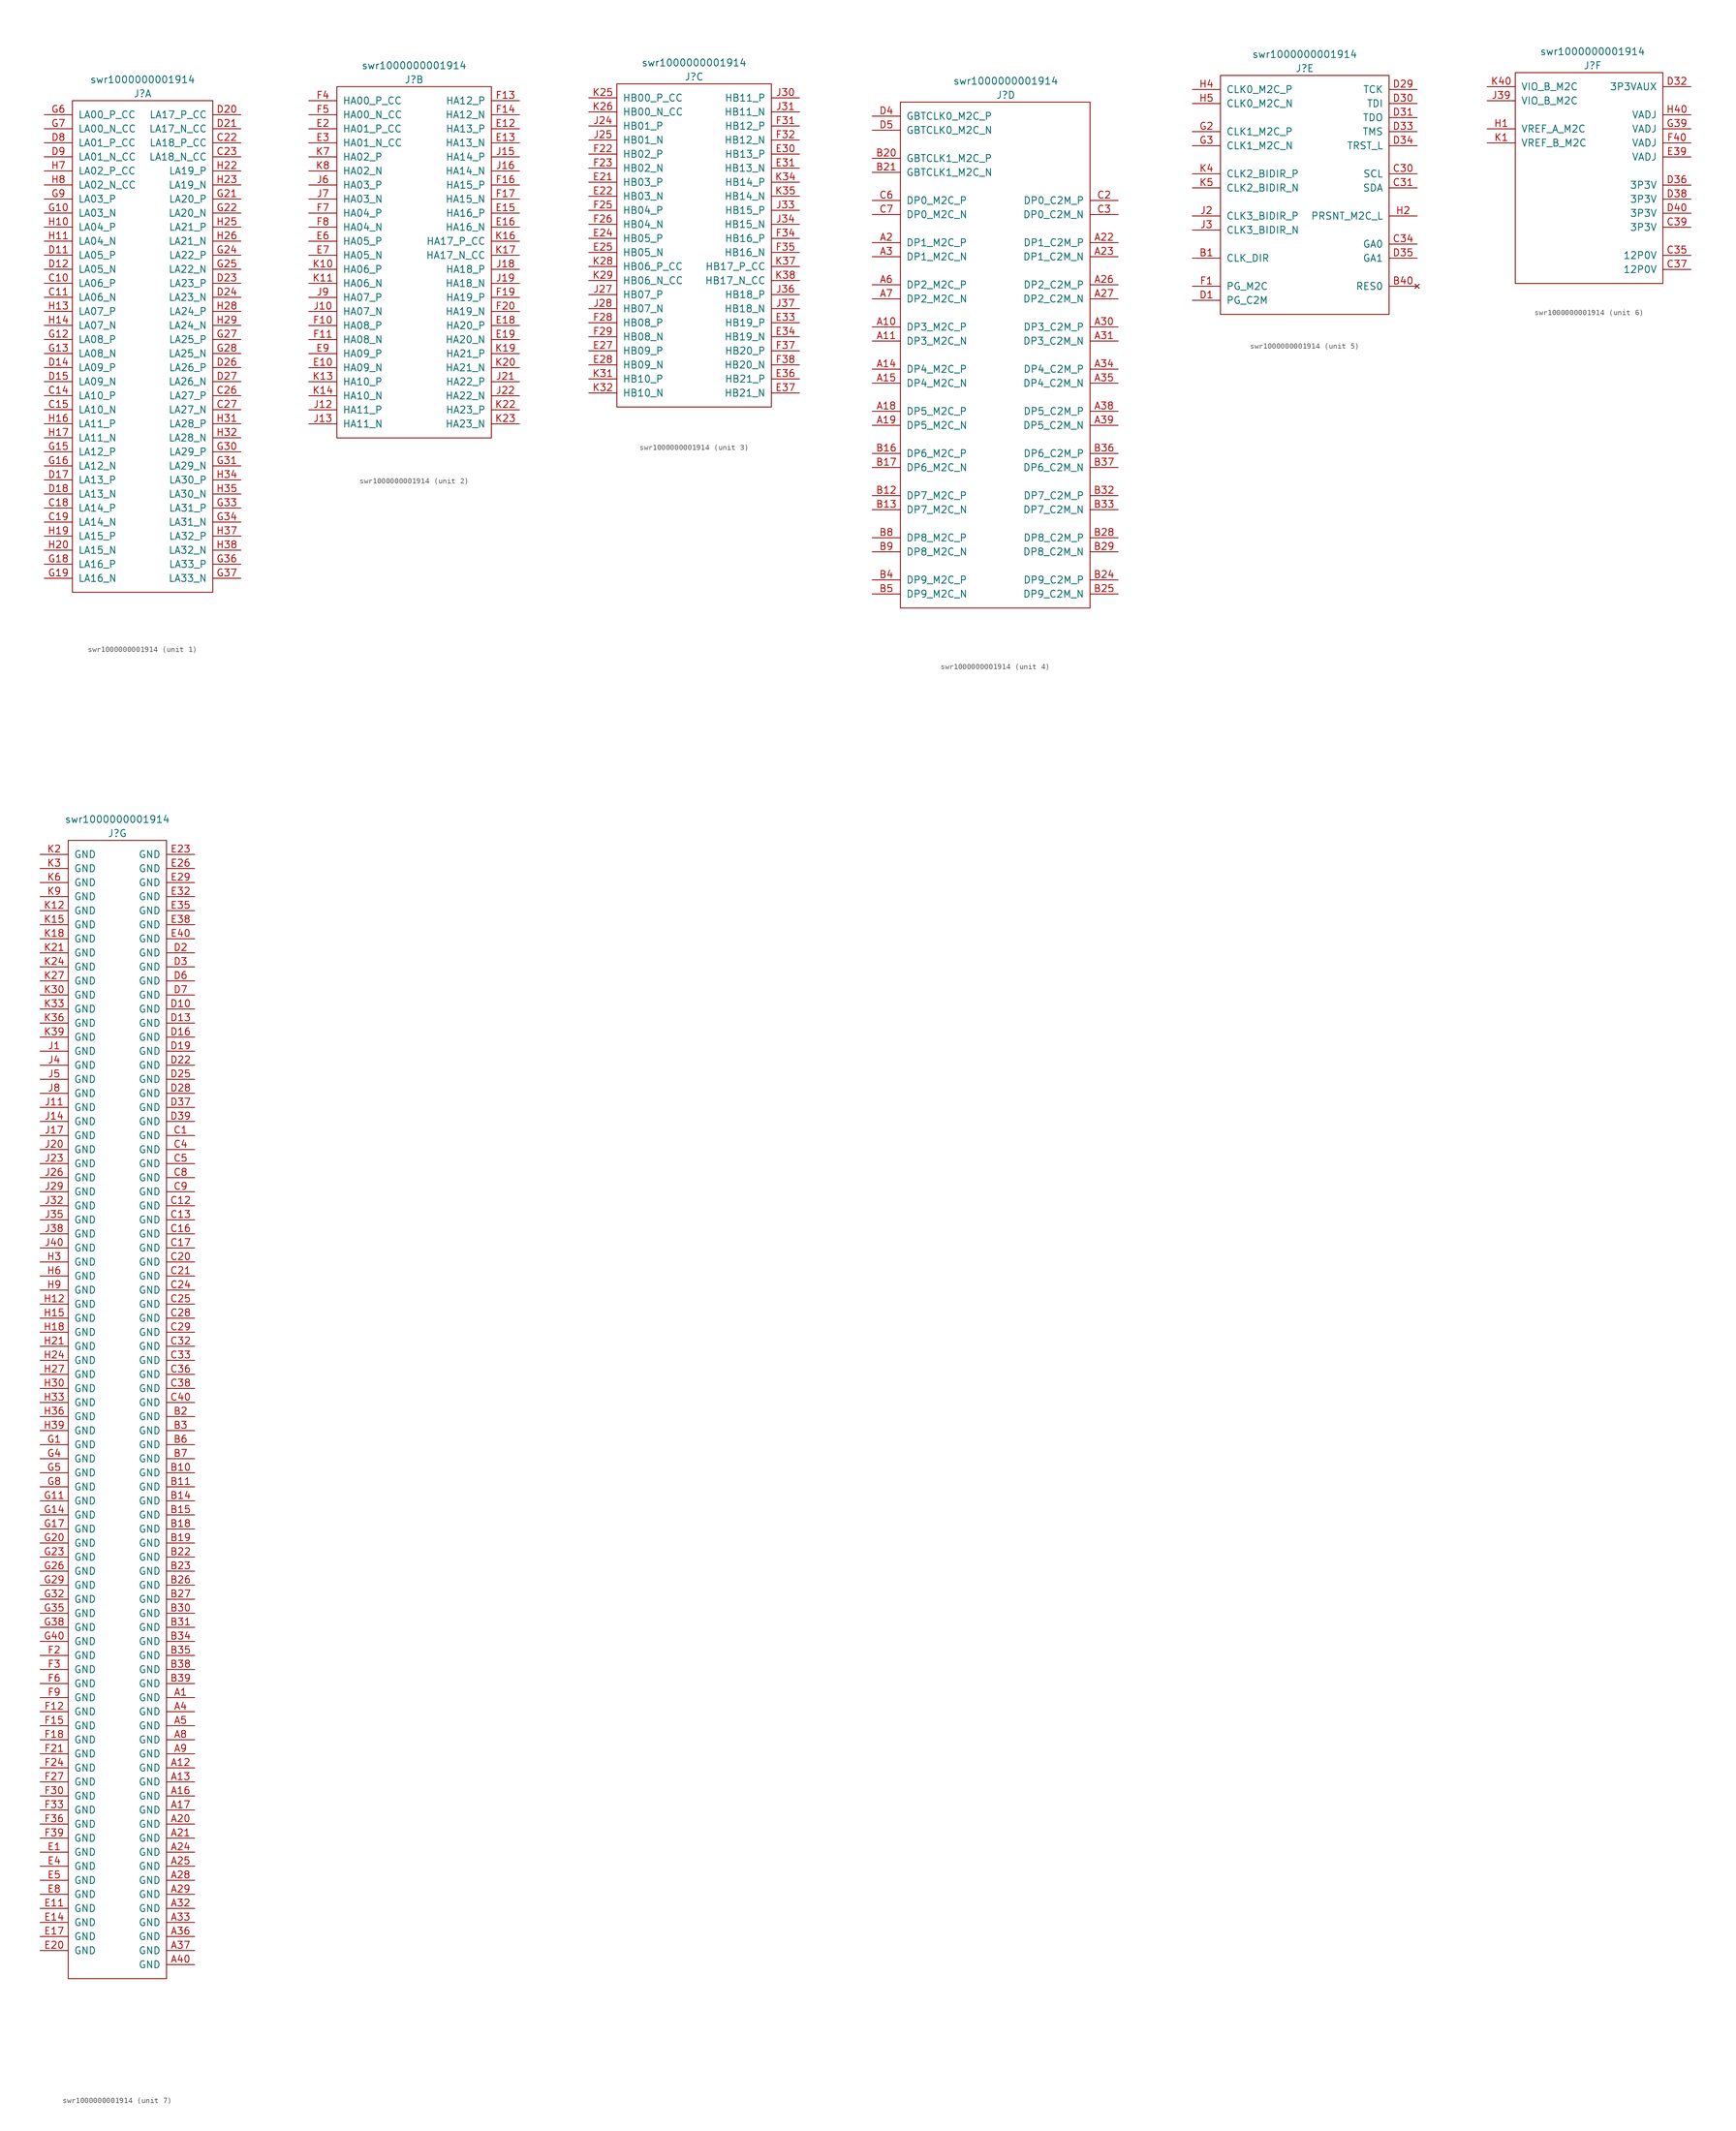
<source format=kicad_sym>
(kicad_symbol_lib
  (version 20220914)
  (generator kicad_symbol_editor)
  (symbol "swr1000000001914"
    (pin_names
      (offset 1.016))
    (property "Reference" "J"
      (at 0 1.27 0)
      (effects (font (size 1.27 1.27))))
    (property "Value" "swr1000000001914"
      (at 0 3.81 0)
      (effects (font (size 1.27 1.27))))
    (property "ki_locked" ""
      (at 0 0 0)
      (effects (font (size 1.27 1.27))))
    (symbol "swr1000000001914_1_0"
      (pin bidirectional line (at -17.78 -33.02 0) (length 5.08) (name "LA06_P" (effects (font (size 1.27 1.27)))) (number "C10" (effects (font (size 1.27 1.27)))))
      (pin bidirectional line (at -17.78 -35.56 0) (length 5.08) (name "LA06_N" (effects (font (size 1.27 1.27)))) (number "C11" (effects (font (size 1.27 1.27)))))
      (pin bidirectional line (at -17.78 -53.34 0) (length 5.08) (name "LA10_P" (effects (font (size 1.27 1.27)))) (number "C14" (effects (font (size 1.27 1.27)))))
      (pin bidirectional line (at -17.78 -55.88 0) (length 5.08) (name "LA10_N" (effects (font (size 1.27 1.27)))) (number "C15" (effects (font (size 1.27 1.27)))))
      (pin bidirectional line (at -17.78 -73.66 0) (length 5.08) (name "LA14_P" (effects (font (size 1.27 1.27)))) (number "C18" (effects (font (size 1.27 1.27)))))
      (pin bidirectional line (at -17.78 -76.2 0) (length 5.08) (name "LA14_N" (effects (font (size 1.27 1.27)))) (number "C19" (effects (font (size 1.27 1.27)))))
      (pin bidirectional line (at 17.78 -7.62 180) (length 5.08) (name "LA18_P_CC" (effects (font (size 1.27 1.27)))) (number "C22" (effects (font (size 1.27 1.27)))))
      (pin bidirectional line (at 17.78 -10.16 180) (length 5.08) (name "LA18_N_CC" (effects (font (size 1.27 1.27)))) (number "C23" (effects (font (size 1.27 1.27)))))
      (pin bidirectional line (at 17.78 -53.34 180) (length 5.08) (name "LA27_P" (effects (font (size 1.27 1.27)))) (number "C26" (effects (font (size 1.27 1.27)))))
      (pin bidirectional line (at 17.78 -55.88 180) (length 5.08) (name "LA27_N" (effects (font (size 1.27 1.27)))) (number "C27" (effects (font (size 1.27 1.27)))))
      (pin bidirectional line (at -17.78 -27.94 0) (length 5.08) (name "LA05_P" (effects (font (size 1.27 1.27)))) (number "D11" (effects (font (size 1.27 1.27)))))
      (pin bidirectional line (at -17.78 -30.48 0) (length 5.08) (name "LA05_N" (effects (font (size 1.27 1.27)))) (number "D12" (effects (font (size 1.27 1.27)))))
      (pin bidirectional line (at -17.78 -48.26 0) (length 5.08) (name "LA09_P" (effects (font (size 1.27 1.27)))) (number "D14" (effects (font (size 1.27 1.27)))))
      (pin bidirectional line (at -17.78 -50.8 0) (length 5.08) (name "LA09_N" (effects (font (size 1.27 1.27)))) (number "D15" (effects (font (size 1.27 1.27)))))
      (pin bidirectional line (at -17.78 -68.58 0) (length 5.08) (name "LA13_P" (effects (font (size 1.27 1.27)))) (number "D17" (effects (font (size 1.27 1.27)))))
      (pin bidirectional line (at -17.78 -71.12 0) (length 5.08) (name "LA13_N" (effects (font (size 1.27 1.27)))) (number "D18" (effects (font (size 1.27 1.27)))))
      (pin bidirectional line (at 17.78 -2.54 180) (length 5.08) (name "LA17_P_CC" (effects (font (size 1.27 1.27)))) (number "D20" (effects (font (size 1.27 1.27)))))
      (pin bidirectional line (at 17.78 -5.08 180) (length 5.08) (name "LA17_N_CC" (effects (font (size 1.27 1.27)))) (number "D21" (effects (font (size 1.27 1.27)))))
      (pin bidirectional line (at 17.78 -33.02 180) (length 5.08) (name "LA23_P" (effects (font (size 1.27 1.27)))) (number "D23" (effects (font (size 1.27 1.27)))))
      (pin bidirectional line (at 17.78 -35.56 180) (length 5.08) (name "LA23_N" (effects (font (size 1.27 1.27)))) (number "D24" (effects (font (size 1.27 1.27)))))
      (pin bidirectional line (at 17.78 -48.26 180) (length 5.08) (name "LA26_P" (effects (font (size 1.27 1.27)))) (number "D26" (effects (font (size 1.27 1.27)))))
      (pin bidirectional line (at 17.78 -50.8 180) (length 5.08) (name "LA26_N" (effects (font (size 1.27 1.27)))) (number "D27" (effects (font (size 1.27 1.27)))))
      (pin bidirectional line (at -17.78 -7.62 0) (length 5.08) (name "LA01_P_CC" (effects (font (size 1.27 1.27)))) (number "D8" (effects (font (size 1.27 1.27)))))
      (pin bidirectional line (at -17.78 -10.16 0) (length 5.08) (name "LA01_N_CC" (effects (font (size 1.27 1.27)))) (number "D9" (effects (font (size 1.27 1.27)))))
      (pin bidirectional line (at -17.78 -20.32 0) (length 5.08) (name "LA03_N" (effects (font (size 1.27 1.27)))) (number "G10" (effects (font (size 1.27 1.27)))))
      (pin bidirectional line (at -17.78 -43.18 0) (length 5.08) (name "LA08_P" (effects (font (size 1.27 1.27)))) (number "G12" (effects (font (size 1.27 1.27)))))
      (pin bidirectional line (at -17.78 -45.72 0) (length 5.08) (name "LA08_N" (effects (font (size 1.27 1.27)))) (number "G13" (effects (font (size 1.27 1.27)))))
      (pin bidirectional line (at -17.78 -63.5 0) (length 5.08) (name "LA12_P" (effects (font (size 1.27 1.27)))) (number "G15" (effects (font (size 1.27 1.27)))))
      (pin bidirectional line (at -17.78 -66.04 0) (length 5.08) (name "LA12_N" (effects (font (size 1.27 1.27)))) (number "G16" (effects (font (size 1.27 1.27)))))
      (pin bidirectional line (at -17.78 -83.82 0) (length 5.08) (name "LA16_P" (effects (font (size 1.27 1.27)))) (number "G18" (effects (font (size 1.27 1.27)))))
      (pin bidirectional line (at -17.78 -86.36 0) (length 5.08) (name "LA16_N" (effects (font (size 1.27 1.27)))) (number "G19" (effects (font (size 1.27 1.27)))))
      (pin bidirectional line (at 17.78 -17.78 180) (length 5.08) (name "LA20_P" (effects (font (size 1.27 1.27)))) (number "G21" (effects (font (size 1.27 1.27)))))
      (pin bidirectional line (at 17.78 -20.32 180) (length 5.08) (name "LA20_N" (effects (font (size 1.27 1.27)))) (number "G22" (effects (font (size 1.27 1.27)))))
      (pin bidirectional line (at 17.78 -27.94 180) (length 5.08) (name "LA22_P" (effects (font (size 1.27 1.27)))) (number "G24" (effects (font (size 1.27 1.27)))))
      (pin bidirectional line (at 17.78 -30.48 180) (length 5.08) (name "LA22_N" (effects (font (size 1.27 1.27)))) (number "G25" (effects (font (size 1.27 1.27)))))
      (pin bidirectional line (at 17.78 -43.18 180) (length 5.08) (name "LA25_P" (effects (font (size 1.27 1.27)))) (number "G27" (effects (font (size 1.27 1.27)))))
      (pin bidirectional line (at 17.78 -45.72 180) (length 5.08) (name "LA25_N" (effects (font (size 1.27 1.27)))) (number "G28" (effects (font (size 1.27 1.27)))))
      (pin bidirectional line (at 17.78 -63.5 180) (length 5.08) (name "LA29_P" (effects (font (size 1.27 1.27)))) (number "G30" (effects (font (size 1.27 1.27)))))
      (pin bidirectional line (at 17.78 -66.04 180) (length 5.08) (name "LA29_N" (effects (font (size 1.27 1.27)))) (number "G31" (effects (font (size 1.27 1.27)))))
      (pin bidirectional line (at 17.78 -73.66 180) (length 5.08) (name "LA31_P" (effects (font (size 1.27 1.27)))) (number "G33" (effects (font (size 1.27 1.27)))))
      (pin bidirectional line (at 17.78 -76.2 180) (length 5.08) (name "LA31_N" (effects (font (size 1.27 1.27)))) (number "G34" (effects (font (size 1.27 1.27)))))
      (pin bidirectional line (at 17.78 -83.82 180) (length 5.08) (name "LA33_P" (effects (font (size 1.27 1.27)))) (number "G36" (effects (font (size 1.27 1.27)))))
      (pin bidirectional line (at 17.78 -86.36 180) (length 5.08) (name "LA33_N" (effects (font (size 1.27 1.27)))) (number "G37" (effects (font (size 1.27 1.27)))))
      (pin bidirectional line (at -17.78 -2.54 0) (length 5.08) (name "LA00_P_CC" (effects (font (size 1.27 1.27)))) (number "G6" (effects (font (size 1.27 1.27)))))
      (pin bidirectional line (at -17.78 -5.08 0) (length 5.08) (name "LA00_N_CC" (effects (font (size 1.27 1.27)))) (number "G7" (effects (font (size 1.27 1.27)))))
      (pin bidirectional line (at -17.78 -17.78 0) (length 5.08) (name "LA03_P" (effects (font (size 1.27 1.27)))) (number "G9" (effects (font (size 1.27 1.27)))))
      (pin bidirectional line (at -17.78 -22.86 0) (length 5.08) (name "LA04_P" (effects (font (size 1.27 1.27)))) (number "H10" (effects (font (size 1.27 1.27)))))
      (pin bidirectional line (at -17.78 -25.4 0) (length 5.08) (name "LA04_N" (effects (font (size 1.27 1.27)))) (number "H11" (effects (font (size 1.27 1.27)))))
      (pin bidirectional line (at -17.78 -38.1 0) (length 5.08) (name "LA07_P" (effects (font (size 1.27 1.27)))) (number "H13" (effects (font (size 1.27 1.27)))))
      (pin bidirectional line (at -17.78 -40.64 0) (length 5.08) (name "LA07_N" (effects (font (size 1.27 1.27)))) (number "H14" (effects (font (size 1.27 1.27)))))
      (pin bidirectional line (at -17.78 -58.42 0) (length 5.08) (name "LA11_P" (effects (font (size 1.27 1.27)))) (number "H16" (effects (font (size 1.27 1.27)))))
      (pin bidirectional line (at -17.78 -60.96 0) (length 5.08) (name "LA11_N" (effects (font (size 1.27 1.27)))) (number "H17" (effects (font (size 1.27 1.27)))))
      (pin bidirectional line (at -17.78 -78.74 0) (length 5.08) (name "LA15_P" (effects (font (size 1.27 1.27)))) (number "H19" (effects (font (size 1.27 1.27)))))
      (pin bidirectional line (at -17.78 -81.28 0) (length 5.08) (name "LA15_N" (effects (font (size 1.27 1.27)))) (number "H20" (effects (font (size 1.27 1.27)))))
      (pin bidirectional line (at 17.78 -12.7 180) (length 5.08) (name "LA19_P" (effects (font (size 1.27 1.27)))) (number "H22" (effects (font (size 1.27 1.27)))))
      (pin bidirectional line (at 17.78 -15.24 180) (length 5.08) (name "LA19_N" (effects (font (size 1.27 1.27)))) (number "H23" (effects (font (size 1.27 1.27)))))
      (pin bidirectional line (at 17.78 -22.86 180) (length 5.08) (name "LA21_P" (effects (font (size 1.27 1.27)))) (number "H25" (effects (font (size 1.27 1.27)))))
      (pin bidirectional line (at 17.78 -25.4 180) (length 5.08) (name "LA21_N" (effects (font (size 1.27 1.27)))) (number "H26" (effects (font (size 1.27 1.27)))))
      (pin bidirectional line (at 17.78 -38.1 180) (length 5.08) (name "LA24_P" (effects (font (size 1.27 1.27)))) (number "H28" (effects (font (size 1.27 1.27)))))
      (pin bidirectional line (at 17.78 -40.64 180) (length 5.08) (name "LA24_N" (effects (font (size 1.27 1.27)))) (number "H29" (effects (font (size 1.27 1.27)))))
      (pin bidirectional line (at 17.78 -58.42 180) (length 5.08) (name "LA28_P" (effects (font (size 1.27 1.27)))) (number "H31" (effects (font (size 1.27 1.27)))))
      (pin bidirectional line (at 17.78 -60.96 180) (length 5.08) (name "LA28_N" (effects (font (size 1.27 1.27)))) (number "H32" (effects (font (size 1.27 1.27)))))
      (pin bidirectional line (at 17.78 -68.58 180) (length 5.08) (name "LA30_P" (effects (font (size 1.27 1.27)))) (number "H34" (effects (font (size 1.27 1.27)))))
      (pin bidirectional line (at 17.78 -71.12 180) (length 5.08) (name "LA30_N" (effects (font (size 1.27 1.27)))) (number "H35" (effects (font (size 1.27 1.27)))))
      (pin bidirectional line (at 17.78 -78.74 180) (length 5.08) (name "LA32_P" (effects (font (size 1.27 1.27)))) (number "H37" (effects (font (size 1.27 1.27)))))
      (pin bidirectional line (at 17.78 -81.28 180) (length 5.08) (name "LA32_N" (effects (font (size 1.27 1.27)))) (number "H38" (effects (font (size 1.27 1.27)))))
      (pin bidirectional line (at -17.78 -12.7 0) (length 5.08) (name "LA02_P_CC" (effects (font (size 1.27 1.27)))) (number "H7" (effects (font (size 1.27 1.27)))))
      (pin bidirectional line (at -17.78 -15.24 0) (length 5.08) (name "LA02_N_CC" (effects (font (size 1.27 1.27)))) (number "H8" (effects (font (size 1.27 1.27))))))
    (symbol "swr1000000001914_1_1"
      (rectangle (start -12.7 0) (end 12.7 -88.9) (stroke (width 0) (type default)) (fill (type none))))
    (symbol "swr1000000001914_2_0"
      (pin bidirectional line (at -19.05 -50.8 0) (length 5.08) (name "HA09_N" (effects (font (size 1.27 1.27)))) (number "E10" (effects (font (size 1.27 1.27)))))
      (pin bidirectional line (at 19.05 -7.62 180) (length 5.08) (name "HA13_P" (effects (font (size 1.27 1.27)))) (number "E12" (effects (font (size 1.27 1.27)))))
      (pin bidirectional line (at 19.05 -10.16 180) (length 5.08) (name "HA13_N" (effects (font (size 1.27 1.27)))) (number "E13" (effects (font (size 1.27 1.27)))))
      (pin bidirectional line (at 19.05 -22.86 180) (length 5.08) (name "HA16_P" (effects (font (size 1.27 1.27)))) (number "E15" (effects (font (size 1.27 1.27)))))
      (pin bidirectional line (at 19.05 -25.4 180) (length 5.08) (name "HA16_N" (effects (font (size 1.27 1.27)))) (number "E16" (effects (font (size 1.27 1.27)))))
      (pin bidirectional line (at 19.05 -43.18 180) (length 5.08) (name "HA20_P" (effects (font (size 1.27 1.27)))) (number "E18" (effects (font (size 1.27 1.27)))))
      (pin bidirectional line (at 19.05 -45.72 180) (length 5.08) (name "HA20_N" (effects (font (size 1.27 1.27)))) (number "E19" (effects (font (size 1.27 1.27)))))
      (pin bidirectional line (at -19.05 -7.62 0) (length 5.08) (name "HA01_P_CC" (effects (font (size 1.27 1.27)))) (number "E2" (effects (font (size 1.27 1.27)))))
      (pin bidirectional line (at -19.05 -10.16 0) (length 5.08) (name "HA01_N_CC" (effects (font (size 1.27 1.27)))) (number "E3" (effects (font (size 1.27 1.27)))))
      (pin bidirectional line (at -19.05 -27.94 0) (length 5.08) (name "HA05_P" (effects (font (size 1.27 1.27)))) (number "E6" (effects (font (size 1.27 1.27)))))
      (pin bidirectional line (at -19.05 -30.48 0) (length 5.08) (name "HA05_N" (effects (font (size 1.27 1.27)))) (number "E7" (effects (font (size 1.27 1.27)))))
      (pin bidirectional line (at -19.05 -48.26 0) (length 5.08) (name "HA09_P" (effects (font (size 1.27 1.27)))) (number "E9" (effects (font (size 1.27 1.27)))))
      (pin bidirectional line (at -19.05 -43.18 0) (length 5.08) (name "HA08_P" (effects (font (size 1.27 1.27)))) (number "F10" (effects (font (size 1.27 1.27)))))
      (pin bidirectional line (at -19.05 -45.72 0) (length 5.08) (name "HA08_N" (effects (font (size 1.27 1.27)))) (number "F11" (effects (font (size 1.27 1.27)))))
      (pin bidirectional line (at 19.05 -2.54 180) (length 5.08) (name "HA12_P" (effects (font (size 1.27 1.27)))) (number "F13" (effects (font (size 1.27 1.27)))))
      (pin bidirectional line (at 19.05 -5.08 180) (length 5.08) (name "HA12_N" (effects (font (size 1.27 1.27)))) (number "F14" (effects (font (size 1.27 1.27)))))
      (pin bidirectional line (at 19.05 -17.78 180) (length 5.08) (name "HA15_P" (effects (font (size 1.27 1.27)))) (number "F16" (effects (font (size 1.27 1.27)))))
      (pin bidirectional line (at 19.05 -20.32 180) (length 5.08) (name "HA15_N" (effects (font (size 1.27 1.27)))) (number "F17" (effects (font (size 1.27 1.27)))))
      (pin bidirectional line (at 19.05 -38.1 180) (length 5.08) (name "HA19_P" (effects (font (size 1.27 1.27)))) (number "F19" (effects (font (size 1.27 1.27)))))
      (pin bidirectional line (at 19.05 -40.64 180) (length 5.08) (name "HA19_N" (effects (font (size 1.27 1.27)))) (number "F20" (effects (font (size 1.27 1.27)))))
      (pin bidirectional line (at -19.05 -2.54 0) (length 5.08) (name "HA00_P_CC" (effects (font (size 1.27 1.27)))) (number "F4" (effects (font (size 1.27 1.27)))))
      (pin bidirectional line (at -19.05 -5.08 0) (length 5.08) (name "HA00_N_CC" (effects (font (size 1.27 1.27)))) (number "F5" (effects (font (size 1.27 1.27)))))
      (pin bidirectional line (at -19.05 -22.86 0) (length 5.08) (name "HA04_P" (effects (font (size 1.27 1.27)))) (number "F7" (effects (font (size 1.27 1.27)))))
      (pin bidirectional line (at -19.05 -25.4 0) (length 5.08) (name "HA04_N" (effects (font (size 1.27 1.27)))) (number "F8" (effects (font (size 1.27 1.27)))))
      (pin bidirectional line (at -19.05 -40.64 0) (length 5.08) (name "HA07_N" (effects (font (size 1.27 1.27)))) (number "J10" (effects (font (size 1.27 1.27)))))
      (pin bidirectional line (at -19.05 -58.42 0) (length 5.08) (name "HA11_P" (effects (font (size 1.27 1.27)))) (number "J12" (effects (font (size 1.27 1.27)))))
      (pin bidirectional line (at -19.05 -60.96 0) (length 5.08) (name "HA11_N" (effects (font (size 1.27 1.27)))) (number "J13" (effects (font (size 1.27 1.27)))))
      (pin bidirectional line (at 19.05 -12.7 180) (length 5.08) (name "HA14_P" (effects (font (size 1.27 1.27)))) (number "J15" (effects (font (size 1.27 1.27)))))
      (pin bidirectional line (at 19.05 -15.24 180) (length 5.08) (name "HA14_N" (effects (font (size 1.27 1.27)))) (number "J16" (effects (font (size 1.27 1.27)))))
      (pin bidirectional line (at 19.05 -33.02 180) (length 5.08) (name "HA18_P" (effects (font (size 1.27 1.27)))) (number "J18" (effects (font (size 1.27 1.27)))))
      (pin bidirectional line (at 19.05 -35.56 180) (length 5.08) (name "HA18_N" (effects (font (size 1.27 1.27)))) (number "J19" (effects (font (size 1.27 1.27)))))
      (pin bidirectional line (at 19.05 -53.34 180) (length 5.08) (name "HA22_P" (effects (font (size 1.27 1.27)))) (number "J21" (effects (font (size 1.27 1.27)))))
      (pin bidirectional line (at 19.05 -55.88 180) (length 5.08) (name "HA22_N" (effects (font (size 1.27 1.27)))) (number "J22" (effects (font (size 1.27 1.27)))))
      (pin bidirectional line (at -19.05 -17.78 0) (length 5.08) (name "HA03_P" (effects (font (size 1.27 1.27)))) (number "J6" (effects (font (size 1.27 1.27)))))
      (pin bidirectional line (at -19.05 -20.32 0) (length 5.08) (name "HA03_N" (effects (font (size 1.27 1.27)))) (number "J7" (effects (font (size 1.27 1.27)))))
      (pin bidirectional line (at -19.05 -38.1 0) (length 5.08) (name "HA07_P" (effects (font (size 1.27 1.27)))) (number "J9" (effects (font (size 1.27 1.27)))))
      (pin bidirectional line (at -19.05 -33.02 0) (length 5.08) (name "HA06_P" (effects (font (size 1.27 1.27)))) (number "K10" (effects (font (size 1.27 1.27)))))
      (pin bidirectional line (at -19.05 -35.56 0) (length 5.08) (name "HA06_N" (effects (font (size 1.27 1.27)))) (number "K11" (effects (font (size 1.27 1.27)))))
      (pin bidirectional line (at -19.05 -53.34 0) (length 5.08) (name "HA10_P" (effects (font (size 1.27 1.27)))) (number "K13" (effects (font (size 1.27 1.27)))))
      (pin bidirectional line (at -19.05 -55.88 0) (length 5.08) (name "HA10_N" (effects (font (size 1.27 1.27)))) (number "K14" (effects (font (size 1.27 1.27)))))
      (pin bidirectional line (at 19.05 -27.94 180) (length 5.08) (name "HA17_P_CC" (effects (font (size 1.27 1.27)))) (number "K16" (effects (font (size 1.27 1.27)))))
      (pin bidirectional line (at 19.05 -30.48 180) (length 5.08) (name "HA17_N_CC" (effects (font (size 1.27 1.27)))) (number "K17" (effects (font (size 1.27 1.27)))))
      (pin bidirectional line (at 19.05 -48.26 180) (length 5.08) (name "HA21_P" (effects (font (size 1.27 1.27)))) (number "K19" (effects (font (size 1.27 1.27)))))
      (pin bidirectional line (at 19.05 -50.8 180) (length 5.08) (name "HA21_N" (effects (font (size 1.27 1.27)))) (number "K20" (effects (font (size 1.27 1.27)))))
      (pin bidirectional line (at 19.05 -58.42 180) (length 5.08) (name "HA23_P" (effects (font (size 1.27 1.27)))) (number "K22" (effects (font (size 1.27 1.27)))))
      (pin bidirectional line (at 19.05 -60.96 180) (length 5.08) (name "HA23_N" (effects (font (size 1.27 1.27)))) (number "K23" (effects (font (size 1.27 1.27)))))
      (pin bidirectional line (at -19.05 -12.7 0) (length 5.08) (name "HA02_P" (effects (font (size 1.27 1.27)))) (number "K7" (effects (font (size 1.27 1.27)))))
      (pin bidirectional line (at -19.05 -15.24 0) (length 5.08) (name "HA02_N" (effects (font (size 1.27 1.27)))) (number "K8" (effects (font (size 1.27 1.27))))))
    (symbol "swr1000000001914_2_1"
      (rectangle (start -13.97 0) (end 13.97 -63.5) (stroke (width 0) (type default)) (fill (type none))))
    (symbol "swr1000000001914_3_0"
      (pin bidirectional line (at -19.05 -17.78 0) (length 5.08) (name "HB03_P" (effects (font (size 1.27 1.27)))) (number "E21" (effects (font (size 1.27 1.27)))))
      (pin bidirectional line (at -19.05 -20.32 0) (length 5.08) (name "HB03_N" (effects (font (size 1.27 1.27)))) (number "E22" (effects (font (size 1.27 1.27)))))
      (pin bidirectional line (at -19.05 -27.94 0) (length 5.08) (name "HB05_P" (effects (font (size 1.27 1.27)))) (number "E24" (effects (font (size 1.27 1.27)))))
      (pin bidirectional line (at -19.05 -30.48 0) (length 5.08) (name "HB05_N" (effects (font (size 1.27 1.27)))) (number "E25" (effects (font (size 1.27 1.27)))))
      (pin bidirectional line (at -19.05 -48.26 0) (length 5.08) (name "HB09_P" (effects (font (size 1.27 1.27)))) (number "E27" (effects (font (size 1.27 1.27)))))
      (pin bidirectional line (at -19.05 -50.8 0) (length 5.08) (name "HB09_N" (effects (font (size 1.27 1.27)))) (number "E28" (effects (font (size 1.27 1.27)))))
      (pin bidirectional line (at 19.05 -12.7 180) (length 5.08) (name "HB13_P" (effects (font (size 1.27 1.27)))) (number "E30" (effects (font (size 1.27 1.27)))))
      (pin bidirectional line (at 19.05 -15.24 180) (length 5.08) (name "HB13_N" (effects (font (size 1.27 1.27)))) (number "E31" (effects (font (size 1.27 1.27)))))
      (pin bidirectional line (at 19.05 -43.18 180) (length 5.08) (name "HB19_P" (effects (font (size 1.27 1.27)))) (number "E33" (effects (font (size 1.27 1.27)))))
      (pin bidirectional line (at 19.05 -45.72 180) (length 5.08) (name "HB19_N" (effects (font (size 1.27 1.27)))) (number "E34" (effects (font (size 1.27 1.27)))))
      (pin bidirectional line (at 19.05 -53.34 180) (length 5.08) (name "HB21_P" (effects (font (size 1.27 1.27)))) (number "E36" (effects (font (size 1.27 1.27)))))
      (pin bidirectional line (at 19.05 -55.88 180) (length 5.08) (name "HB21_N" (effects (font (size 1.27 1.27)))) (number "E37" (effects (font (size 1.27 1.27)))))
      (pin bidirectional line (at -19.05 -12.7 0) (length 5.08) (name "HB02_P" (effects (font (size 1.27 1.27)))) (number "F22" (effects (font (size 1.27 1.27)))))
      (pin bidirectional line (at -19.05 -15.24 0) (length 5.08) (name "HB02_N" (effects (font (size 1.27 1.27)))) (number "F23" (effects (font (size 1.27 1.27)))))
      (pin bidirectional line (at -19.05 -22.86 0) (length 5.08) (name "HB04_P" (effects (font (size 1.27 1.27)))) (number "F25" (effects (font (size 1.27 1.27)))))
      (pin bidirectional line (at -19.05 -25.4 0) (length 5.08) (name "HB04_N" (effects (font (size 1.27 1.27)))) (number "F26" (effects (font (size 1.27 1.27)))))
      (pin bidirectional line (at -19.05 -43.18 0) (length 5.08) (name "HB08_P" (effects (font (size 1.27 1.27)))) (number "F28" (effects (font (size 1.27 1.27)))))
      (pin bidirectional line (at -19.05 -45.72 0) (length 5.08) (name "HB08_N" (effects (font (size 1.27 1.27)))) (number "F29" (effects (font (size 1.27 1.27)))))
      (pin bidirectional line (at 19.05 -7.62 180) (length 5.08) (name "HB12_P" (effects (font (size 1.27 1.27)))) (number "F31" (effects (font (size 1.27 1.27)))))
      (pin bidirectional line (at 19.05 -10.16 180) (length 5.08) (name "HB12_N" (effects (font (size 1.27 1.27)))) (number "F32" (effects (font (size 1.27 1.27)))))
      (pin bidirectional line (at 19.05 -27.94 180) (length 5.08) (name "HB16_P" (effects (font (size 1.27 1.27)))) (number "F34" (effects (font (size 1.27 1.27)))))
      (pin bidirectional line (at 19.05 -30.48 180) (length 5.08) (name "HB16_N" (effects (font (size 1.27 1.27)))) (number "F35" (effects (font (size 1.27 1.27)))))
      (pin bidirectional line (at 19.05 -48.26 180) (length 5.08) (name "HB20_P" (effects (font (size 1.27 1.27)))) (number "F37" (effects (font (size 1.27 1.27)))))
      (pin bidirectional line (at 19.05 -50.8 180) (length 5.08) (name "HB20_N" (effects (font (size 1.27 1.27)))) (number "F38" (effects (font (size 1.27 1.27)))))
      (pin bidirectional line (at -19.05 -7.62 0) (length 5.08) (name "HB01_P" (effects (font (size 1.27 1.27)))) (number "J24" (effects (font (size 1.27 1.27)))))
      (pin bidirectional line (at -19.05 -10.16 0) (length 5.08) (name "HB01_N" (effects (font (size 1.27 1.27)))) (number "J25" (effects (font (size 1.27 1.27)))))
      (pin bidirectional line (at -19.05 -38.1 0) (length 5.08) (name "HB07_P" (effects (font (size 1.27 1.27)))) (number "J27" (effects (font (size 1.27 1.27)))))
      (pin bidirectional line (at -19.05 -40.64 0) (length 5.08) (name "HB07_N" (effects (font (size 1.27 1.27)))) (number "J28" (effects (font (size 1.27 1.27)))))
      (pin bidirectional line (at 19.05 -2.54 180) (length 5.08) (name "HB11_P" (effects (font (size 1.27 1.27)))) (number "J30" (effects (font (size 1.27 1.27)))))
      (pin bidirectional line (at 19.05 -5.08 180) (length 5.08) (name "HB11_N" (effects (font (size 1.27 1.27)))) (number "J31" (effects (font (size 1.27 1.27)))))
      (pin bidirectional line (at 19.05 -22.86 180) (length 5.08) (name "HB15_P" (effects (font (size 1.27 1.27)))) (number "J33" (effects (font (size 1.27 1.27)))))
      (pin bidirectional line (at 19.05 -25.4 180) (length 5.08) (name "HB15_N" (effects (font (size 1.27 1.27)))) (number "J34" (effects (font (size 1.27 1.27)))))
      (pin bidirectional line (at 19.05 -38.1 180) (length 5.08) (name "HB18_P" (effects (font (size 1.27 1.27)))) (number "J36" (effects (font (size 1.27 1.27)))))
      (pin bidirectional line (at 19.05 -40.64 180) (length 5.08) (name "HB18_N" (effects (font (size 1.27 1.27)))) (number "J37" (effects (font (size 1.27 1.27)))))
      (pin bidirectional line (at -19.05 -2.54 0) (length 5.08) (name "HB00_P_CC" (effects (font (size 1.27 1.27)))) (number "K25" (effects (font (size 1.27 1.27)))))
      (pin bidirectional line (at -19.05 -5.08 0) (length 5.08) (name "HB00_N_CC" (effects (font (size 1.27 1.27)))) (number "K26" (effects (font (size 1.27 1.27)))))
      (pin bidirectional line (at -19.05 -33.02 0) (length 5.08) (name "HB06_P_CC" (effects (font (size 1.27 1.27)))) (number "K28" (effects (font (size 1.27 1.27)))))
      (pin bidirectional line (at -19.05 -35.56 0) (length 5.08) (name "HB06_N_CC" (effects (font (size 1.27 1.27)))) (number "K29" (effects (font (size 1.27 1.27)))))
      (pin bidirectional line (at -19.05 -53.34 0) (length 5.08) (name "HB10_P" (effects (font (size 1.27 1.27)))) (number "K31" (effects (font (size 1.27 1.27)))))
      (pin bidirectional line (at -19.05 -55.88 0) (length 5.08) (name "HB10_N" (effects (font (size 1.27 1.27)))) (number "K32" (effects (font (size 1.27 1.27)))))
      (pin bidirectional line (at 19.05 -17.78 180) (length 5.08) (name "HB14_P" (effects (font (size 1.27 1.27)))) (number "K34" (effects (font (size 1.27 1.27)))))
      (pin bidirectional line (at 19.05 -20.32 180) (length 5.08) (name "HB14_N" (effects (font (size 1.27 1.27)))) (number "K35" (effects (font (size 1.27 1.27)))))
      (pin bidirectional line (at 19.05 -33.02 180) (length 5.08) (name "HB17_P_CC" (effects (font (size 1.27 1.27)))) (number "K37" (effects (font (size 1.27 1.27)))))
      (pin bidirectional line (at 19.05 -35.56 180) (length 5.08) (name "HB17_N_CC" (effects (font (size 1.27 1.27)))) (number "K38" (effects (font (size 1.27 1.27))))))
    (symbol "swr1000000001914_3_1"
      (rectangle (start -13.97 0) (end 13.97 -58.42) (stroke (width 0) (type default)) (fill (type none))))
    (symbol "swr1000000001914_4_0"
      (pin input line (at -24.13 -40.64 0) (length 5.08) (name "DP3_M2C_P" (effects (font (size 1.27 1.27)))) (number "A10" (effects (font (size 1.27 1.27)))))
      (pin input line (at -24.13 -43.18 0) (length 5.08) (name "DP3_M2C_N" (effects (font (size 1.27 1.27)))) (number "A11" (effects (font (size 1.27 1.27)))))
      (pin input line (at -24.13 -48.26 0) (length 5.08) (name "DP4_M2C_P" (effects (font (size 1.27 1.27)))) (number "A14" (effects (font (size 1.27 1.27)))))
      (pin input line (at -24.13 -50.8 0) (length 5.08) (name "DP4_M2C_N" (effects (font (size 1.27 1.27)))) (number "A15" (effects (font (size 1.27 1.27)))))
      (pin input line (at -24.13 -55.88 0) (length 5.08) (name "DP5_M2C_P" (effects (font (size 1.27 1.27)))) (number "A18" (effects (font (size 1.27 1.27)))))
      (pin input line (at -24.13 -58.42 0) (length 5.08) (name "DP5_M2C_N" (effects (font (size 1.27 1.27)))) (number "A19" (effects (font (size 1.27 1.27)))))
      (pin input line (at -24.13 -25.4 0) (length 5.08) (name "DP1_M2C_P" (effects (font (size 1.27 1.27)))) (number "A2" (effects (font (size 1.27 1.27)))))
      (pin output line (at 20.32 -25.4 180) (length 5.08) (name "DP1_C2M_P" (effects (font (size 1.27 1.27)))) (number "A22" (effects (font (size 1.27 1.27)))))
      (pin output line (at 20.32 -27.94 180) (length 5.08) (name "DP1_C2M_N" (effects (font (size 1.27 1.27)))) (number "A23" (effects (font (size 1.27 1.27)))))
      (pin output line (at 20.32 -33.02 180) (length 5.08) (name "DP2_C2M_P" (effects (font (size 1.27 1.27)))) (number "A26" (effects (font (size 1.27 1.27)))))
      (pin output line (at 20.32 -35.56 180) (length 5.08) (name "DP2_C2M_N" (effects (font (size 1.27 1.27)))) (number "A27" (effects (font (size 1.27 1.27)))))
      (pin input line (at -24.13 -27.94 0) (length 5.08) (name "DP1_M2C_N" (effects (font (size 1.27 1.27)))) (number "A3" (effects (font (size 1.27 1.27)))))
      (pin output line (at 20.32 -40.64 180) (length 5.08) (name "DP3_C2M_P" (effects (font (size 1.27 1.27)))) (number "A30" (effects (font (size 1.27 1.27)))))
      (pin output line (at 20.32 -43.18 180) (length 5.08) (name "DP3_C2M_N" (effects (font (size 1.27 1.27)))) (number "A31" (effects (font (size 1.27 1.27)))))
      (pin output line (at 20.32 -48.26 180) (length 5.08) (name "DP4_C2M_P" (effects (font (size 1.27 1.27)))) (number "A34" (effects (font (size 1.27 1.27)))))
      (pin output line (at 20.32 -50.8 180) (length 5.08) (name "DP4_C2M_N" (effects (font (size 1.27 1.27)))) (number "A35" (effects (font (size 1.27 1.27)))))
      (pin output line (at 20.32 -55.88 180) (length 5.08) (name "DP5_C2M_P" (effects (font (size 1.27 1.27)))) (number "A38" (effects (font (size 1.27 1.27)))))
      (pin output line (at 20.32 -58.42 180) (length 5.08) (name "DP5_C2M_N" (effects (font (size 1.27 1.27)))) (number "A39" (effects (font (size 1.27 1.27)))))
      (pin input line (at -24.13 -33.02 0) (length 5.08) (name "DP2_M2C_P" (effects (font (size 1.27 1.27)))) (number "A6" (effects (font (size 1.27 1.27)))))
      (pin input line (at -24.13 -35.56 0) (length 5.08) (name "DP2_M2C_N" (effects (font (size 1.27 1.27)))) (number "A7" (effects (font (size 1.27 1.27)))))
      (pin input line (at -24.13 -71.12 0) (length 5.08) (name "DP7_M2C_P" (effects (font (size 1.27 1.27)))) (number "B12" (effects (font (size 1.27 1.27)))))
      (pin input line (at -24.13 -73.66 0) (length 5.08) (name "DP7_M2C_N" (effects (font (size 1.27 1.27)))) (number "B13" (effects (font (size 1.27 1.27)))))
      (pin input line (at -24.13 -63.5 0) (length 5.08) (name "DP6_M2C_P" (effects (font (size 1.27 1.27)))) (number "B16" (effects (font (size 1.27 1.27)))))
      (pin input line (at -24.13 -66.04 0) (length 5.08) (name "DP6_M2C_N" (effects (font (size 1.27 1.27)))) (number "B17" (effects (font (size 1.27 1.27)))))
      (pin input line (at -24.13 -10.16 0) (length 5.08) (name "GBTCLK1_M2C_P" (effects (font (size 1.27 1.27)))) (number "B20" (effects (font (size 1.27 1.27)))))
      (pin input line (at -24.13 -12.7 0) (length 5.08) (name "GBTCLK1_M2C_N" (effects (font (size 1.27 1.27)))) (number "B21" (effects (font (size 1.27 1.27)))))
      (pin output line (at 20.32 -86.36 180) (length 5.08) (name "DP9_C2M_P" (effects (font (size 1.27 1.27)))) (number "B24" (effects (font (size 1.27 1.27)))))
      (pin output line (at 20.32 -88.9 180) (length 5.08) (name "DP9_C2M_N" (effects (font (size 1.27 1.27)))) (number "B25" (effects (font (size 1.27 1.27)))))
      (pin output line (at 20.32 -78.74 180) (length 5.08) (name "DP8_C2M_P" (effects (font (size 1.27 1.27)))) (number "B28" (effects (font (size 1.27 1.27)))))
      (pin output line (at 20.32 -81.28 180) (length 5.08) (name "DP8_C2M_N" (effects (font (size 1.27 1.27)))) (number "B29" (effects (font (size 1.27 1.27)))))
      (pin output line (at 20.32 -71.12 180) (length 5.08) (name "DP7_C2M_P" (effects (font (size 1.27 1.27)))) (number "B32" (effects (font (size 1.27 1.27)))))
      (pin output line (at 20.32 -73.66 180) (length 5.08) (name "DP7_C2M_N" (effects (font (size 1.27 1.27)))) (number "B33" (effects (font (size 1.27 1.27)))))
      (pin output line (at 20.32 -63.5 180) (length 5.08) (name "DP6_C2M_P" (effects (font (size 1.27 1.27)))) (number "B36" (effects (font (size 1.27 1.27)))))
      (pin output line (at 20.32 -66.04 180) (length 5.08) (name "DP6_C2M_N" (effects (font (size 1.27 1.27)))) (number "B37" (effects (font (size 1.27 1.27)))))
      (pin input line (at -24.13 -86.36 0) (length 5.08) (name "DP9_M2C_P" (effects (font (size 1.27 1.27)))) (number "B4" (effects (font (size 1.27 1.27)))))
      (pin input line (at -24.13 -88.9 0) (length 5.08) (name "DP9_M2C_N" (effects (font (size 1.27 1.27)))) (number "B5" (effects (font (size 1.27 1.27)))))
      (pin input line (at -24.13 -78.74 0) (length 5.08) (name "DP8_M2C_P" (effects (font (size 1.27 1.27)))) (number "B8" (effects (font (size 1.27 1.27)))))
      (pin input line (at -24.13 -81.28 0) (length 5.08) (name "DP8_M2C_N" (effects (font (size 1.27 1.27)))) (number "B9" (effects (font (size 1.27 1.27)))))
      (pin output line (at 20.32 -17.78 180) (length 5.08) (name "DP0_C2M_P" (effects (font (size 1.27 1.27)))) (number "C2" (effects (font (size 1.27 1.27)))))
      (pin output line (at 20.32 -20.32 180) (length 5.08) (name "DP0_C2M_N" (effects (font (size 1.27 1.27)))) (number "C3" (effects (font (size 1.27 1.27)))))
      (pin input line (at -24.13 -17.78 0) (length 5.08) (name "DP0_M2C_P" (effects (font (size 1.27 1.27)))) (number "C6" (effects (font (size 1.27 1.27)))))
      (pin input line (at -24.13 -20.32 0) (length 5.08) (name "DP0_M2C_N" (effects (font (size 1.27 1.27)))) (number "C7" (effects (font (size 1.27 1.27)))))
      (pin input line (at -24.13 -2.54 0) (length 5.08) (name "GBTCLK0_M2C_P" (effects (font (size 1.27 1.27)))) (number "D4" (effects (font (size 1.27 1.27)))))
      (pin input line (at -24.13 -5.08 0) (length 5.08) (name "GBTCLK0_M2C_N" (effects (font (size 1.27 1.27)))) (number "D5" (effects (font (size 1.27 1.27))))))
    (symbol "swr1000000001914_4_1"
      (rectangle (start -19.05 0) (end 15.24 -91.44) (stroke (width 0) (type default)) (fill (type none))))
    (symbol "swr1000000001914_5_0"
      (pin input line (at -20.32 -33.02 0) (length 5.08) (name "CLK_DIR" (effects (font (size 1.27 1.27)))) (number "B1" (effects (font (size 1.27 1.27)))))
      (pin no_connect line (at 20.32 -38.1 180) (length 5.08) (name "RES0" (effects (font (size 1.27 1.27)))) (number "B40" (effects (font (size 1.27 1.27)))))
      (pin output line (at 20.32 -17.78 180) (length 5.08) (name "SCL" (effects (font (size 1.27 1.27)))) (number "C30" (effects (font (size 1.27 1.27)))))
      (pin bidirectional line (at 20.32 -20.32 180) (length 5.08) (name "SDA" (effects (font (size 1.27 1.27)))) (number "C31" (effects (font (size 1.27 1.27)))))
      (pin input line (at 20.32 -30.48 180) (length 5.08) (name "GA0" (effects (font (size 1.27 1.27)))) (number "C34" (effects (font (size 1.27 1.27)))))
      (pin output line (at -20.32 -40.64 0) (length 5.08) (name "PG_C2M" (effects (font (size 1.27 1.27)))) (number "D1" (effects (font (size 1.27 1.27)))))
      (pin output line (at 20.32 -2.54 180) (length 5.08) (name "TCK" (effects (font (size 1.27 1.27)))) (number "D29" (effects (font (size 1.27 1.27)))))
      (pin output line (at 20.32 -5.08 180) (length 5.08) (name "TDI" (effects (font (size 1.27 1.27)))) (number "D30" (effects (font (size 1.27 1.27)))))
      (pin input line (at 20.32 -7.62 180) (length 5.08) (name "TDO" (effects (font (size 1.27 1.27)))) (number "D31" (effects (font (size 1.27 1.27)))))
      (pin output line (at 20.32 -10.16 180) (length 5.08) (name "TMS" (effects (font (size 1.27 1.27)))) (number "D33" (effects (font (size 1.27 1.27)))))
      (pin output line (at 20.32 -12.7 180) (length 5.08) (name "TRST_L" (effects (font (size 1.27 1.27)))) (number "D34" (effects (font (size 1.27 1.27)))))
      (pin input line (at 20.32 -33.02 180) (length 5.08) (name "GA1" (effects (font (size 1.27 1.27)))) (number "D35" (effects (font (size 1.27 1.27)))))
      (pin input line (at -20.32 -38.1 0) (length 5.08) (name "PG_M2C" (effects (font (size 1.27 1.27)))) (number "F1" (effects (font (size 1.27 1.27)))))
      (pin input line (at -20.32 -10.16 0) (length 5.08) (name "CLK1_M2C_P" (effects (font (size 1.27 1.27)))) (number "G2" (effects (font (size 1.27 1.27)))))
      (pin input line (at -20.32 -12.7 0) (length 5.08) (name "CLK1_M2C_N" (effects (font (size 1.27 1.27)))) (number "G3" (effects (font (size 1.27 1.27)))))
      (pin input line (at 20.32 -25.4 180) (length 5.08) (name "PRSNT_M2C_L" (effects (font (size 1.27 1.27)))) (number "H2" (effects (font (size 1.27 1.27)))))
      (pin input line (at -20.32 -2.54 0) (length 5.08) (name "CLK0_M2C_P" (effects (font (size 1.27 1.27)))) (number "H4" (effects (font (size 1.27 1.27)))))
      (pin input line (at -20.32 -5.08 0) (length 5.08) (name "CLK0_M2C_N" (effects (font (size 1.27 1.27)))) (number "H5" (effects (font (size 1.27 1.27)))))
      (pin bidirectional line (at -20.32 -25.4 0) (length 5.08) (name "CLK3_BIDIR_P" (effects (font (size 1.27 1.27)))) (number "J2" (effects (font (size 1.27 1.27)))))
      (pin bidirectional line (at -20.32 -27.94 0) (length 5.08) (name "CLK3_BIDIR_N" (effects (font (size 1.27 1.27)))) (number "J3" (effects (font (size 1.27 1.27)))))
      (pin bidirectional line (at -20.32 -17.78 0) (length 5.08) (name "CLK2_BIDIR_P" (effects (font (size 1.27 1.27)))) (number "K4" (effects (font (size 1.27 1.27)))))
      (pin bidirectional line (at -20.32 -20.32 0) (length 5.08) (name "CLK2_BIDIR_N" (effects (font (size 1.27 1.27)))) (number "K5" (effects (font (size 1.27 1.27))))))
    (symbol "swr1000000001914_5_1"
      (rectangle (start -15.24 0) (end 15.24 -43.18) (stroke (width 0) (type default)) (fill (type none))))
    (symbol "swr1000000001914_6_1"
      (rectangle (start -13.97 0) (end 12.7 -38.1) (stroke (width 0) (type default)) (fill (type none)))
      (pin power_out line (at 17.78 -33.02 180) (length 5.08) (name "12P0V" (effects (font (size 1.27 1.27)))) (number "C35" (effects (font (size 1.27 1.27)))))
      (pin power_out line (at 17.78 -35.56 180) (length 5.08) (name "12P0V" (effects (font (size 1.27 1.27)))) (number "C37" (effects (font (size 1.27 1.27)))))
      (pin power_out line (at 17.78 -27.94 180) (length 5.08) (name "3P3V" (effects (font (size 1.27 1.27)))) (number "C39" (effects (font (size 1.27 1.27)))))
      (pin power_out line (at 17.78 -2.54 180) (length 5.08) (name "3P3VAUX" (effects (font (size 1.27 1.27)))) (number "D32" (effects (font (size 1.27 1.27)))))
      (pin power_out line (at 17.78 -20.32 180) (length 5.08) (name "3P3V" (effects (font (size 1.27 1.27)))) (number "D36" (effects (font (size 1.27 1.27)))))
      (pin power_out line (at 17.78 -22.86 180) (length 5.08) (name "3P3V" (effects (font (size 1.27 1.27)))) (number "D38" (effects (font (size 1.27 1.27)))))
      (pin power_out line (at 17.78 -25.4 180) (length 5.08) (name "3P3V" (effects (font (size 1.27 1.27)))) (number "D40" (effects (font (size 1.27 1.27)))))
      (pin power_out line (at 17.78 -15.24 180) (length 5.08) (name "VADJ" (effects (font (size 1.27 1.27)))) (number "E39" (effects (font (size 1.27 1.27)))))
      (pin power_out line (at 17.78 -12.7 180) (length 5.08) (name "VADJ" (effects (font (size 1.27 1.27)))) (number "F40" (effects (font (size 1.27 1.27)))))
      (pin power_out line (at 17.78 -10.16 180) (length 5.08) (name "VADJ" (effects (font (size 1.27 1.27)))) (number "G39" (effects (font (size 1.27 1.27)))))
      (pin power_in line (at -19.05 -10.16 0) (length 5.08) (name "VREF_A_M2C" (effects (font (size 1.27 1.27)))) (number "H1" (effects (font (size 1.27 1.27)))))
      (pin power_out line (at 17.78 -7.62 180) (length 5.08) (name "VADJ" (effects (font (size 1.27 1.27)))) (number "H40" (effects (font (size 1.27 1.27)))))
      (pin power_in line (at -19.05 -5.08 0) (length 5.08) (name "VIO_B_M2C" (effects (font (size 1.27 1.27)))) (number "J39" (effects (font (size 1.27 1.27)))))
      (pin power_in line (at -19.05 -12.7 0) (length 5.08) (name "VREF_B_M2C" (effects (font (size 1.27 1.27)))) (number "K1" (effects (font (size 1.27 1.27)))))
      (pin power_in line (at -19.05 -2.54 0) (length 5.08) (name "VIO_B_M2C" (effects (font (size 1.27 1.27)))) (number "K40" (effects (font (size 1.27 1.27))))))
    (symbol "swr1000000001914_7_0"
      (pin power_out line (at 13.97 -91.44 180) (length 5.08) (name "GND" (effects (font (size 1.27 1.27)))) (number "C32" (effects (font (size 1.27 1.27)))))
      (pin power_out line (at -13.97 -12.7 0) (length 5.08) (name "GND" (effects (font (size 1.27 1.27)))) (number "K12" (effects (font (size 1.27 1.27)))))
      (pin power_out line (at -13.97 -2.54 0) (length 5.08) (name "GND" (effects (font (size 1.27 1.27)))) (number "K2" (effects (font (size 1.27 1.27)))))
      (pin power_out line (at -13.97 -5.08 0) (length 5.08) (name "GND" (effects (font (size 1.27 1.27)))) (number "K3" (effects (font (size 1.27 1.27)))))
      (pin power_out line (at -13.97 -7.62 0) (length 5.08) (name "GND" (effects (font (size 1.27 1.27)))) (number "K6" (effects (font (size 1.27 1.27)))))
      (pin power_out line (at -13.97 -10.16 0) (length 5.08) (name "GND" (effects (font (size 1.27 1.27)))) (number "K9" (effects (font (size 1.27 1.27))))))
    (symbol "swr1000000001914_7_1"
      (rectangle (start -8.89 0) (end 8.89 -205.74) (stroke (width 0) (type default)) (fill (type none)))
      (pin power_out line (at 13.97 -154.94 180) (length 5.08) (name "GND" (effects (font (size 1.27 1.27)))) (number "A1" (effects (font (size 1.27 1.27)))))
      (pin power_out line (at 13.97 -167.64 180) (length 5.08) (name "GND" (effects (font (size 1.27 1.27)))) (number "A12" (effects (font (size 1.27 1.27)))))
      (pin power_out line (at 13.97 -170.18 180) (length 5.08) (name "GND" (effects (font (size 1.27 1.27)))) (number "A13" (effects (font (size 1.27 1.27)))))
      (pin power_out line (at 13.97 -172.72 180) (length 5.08) (name "GND" (effects (font (size 1.27 1.27)))) (number "A16" (effects (font (size 1.27 1.27)))))
      (pin power_out line (at 13.97 -175.26 180) (length 5.08) (name "GND" (effects (font (size 1.27 1.27)))) (number "A17" (effects (font (size 1.27 1.27)))))
      (pin power_out line (at 13.97 -177.8 180) (length 5.08) (name "GND" (effects (font (size 1.27 1.27)))) (number "A20" (effects (font (size 1.27 1.27)))))
      (pin power_out line (at 13.97 -180.34 180) (length 5.08) (name "GND" (effects (font (size 1.27 1.27)))) (number "A21" (effects (font (size 1.27 1.27)))))
      (pin power_out line (at 13.97 -182.88 180) (length 5.08) (name "GND" (effects (font (size 1.27 1.27)))) (number "A24" (effects (font (size 1.27 1.27)))))
      (pin power_out line (at 13.97 -185.42 180) (length 5.08) (name "GND" (effects (font (size 1.27 1.27)))) (number "A25" (effects (font (size 1.27 1.27)))))
      (pin power_out line (at 13.97 -187.96 180) (length 5.08) (name "GND" (effects (font (size 1.27 1.27)))) (number "A28" (effects (font (size 1.27 1.27)))))
      (pin power_out line (at 13.97 -190.5 180) (length 5.08) (name "GND" (effects (font (size 1.27 1.27)))) (number "A29" (effects (font (size 1.27 1.27)))))
      (pin power_out line (at 13.97 -193.04 180) (length 5.08) (name "GND" (effects (font (size 1.27 1.27)))) (number "A32" (effects (font (size 1.27 1.27)))))
      (pin power_out line (at 13.97 -195.58 180) (length 5.08) (name "GND" (effects (font (size 1.27 1.27)))) (number "A33" (effects (font (size 1.27 1.27)))))
      (pin power_out line (at 13.97 -198.12 180) (length 5.08) (name "GND" (effects (font (size 1.27 1.27)))) (number "A36" (effects (font (size 1.27 1.27)))))
      (pin power_out line (at 13.97 -200.66 180) (length 5.08) (name "GND" (effects (font (size 1.27 1.27)))) (number "A37" (effects (font (size 1.27 1.27)))))
      (pin power_out line (at 13.97 -157.48 180) (length 5.08) (name "GND" (effects (font (size 1.27 1.27)))) (number "A4" (effects (font (size 1.27 1.27)))))
      (pin power_out line (at 13.97 -203.2 180) (length 5.08) (name "GND" (effects (font (size 1.27 1.27)))) (number "A40" (effects (font (size 1.27 1.27)))))
      (pin power_out line (at 13.97 -160.02 180) (length 5.08) (name "GND" (effects (font (size 1.27 1.27)))) (number "A5" (effects (font (size 1.27 1.27)))))
      (pin power_out line (at 13.97 -162.56 180) (length 5.08) (name "GND" (effects (font (size 1.27 1.27)))) (number "A8" (effects (font (size 1.27 1.27)))))
      (pin power_out line (at 13.97 -165.1 180) (length 5.08) (name "GND" (effects (font (size 1.27 1.27)))) (number "A9" (effects (font (size 1.27 1.27)))))
      (pin power_out line (at 13.97 -114.3 180) (length 5.08) (name "GND" (effects (font (size 1.27 1.27)))) (number "B10" (effects (font (size 1.27 1.27)))))
      (pin power_out line (at 13.97 -116.84 180) (length 5.08) (name "GND" (effects (font (size 1.27 1.27)))) (number "B11" (effects (font (size 1.27 1.27)))))
      (pin power_out line (at 13.97 -119.38 180) (length 5.08) (name "GND" (effects (font (size 1.27 1.27)))) (number "B14" (effects (font (size 1.27 1.27)))))
      (pin power_out line (at 13.97 -121.92 180) (length 5.08) (name "GND" (effects (font (size 1.27 1.27)))) (number "B15" (effects (font (size 1.27 1.27)))))
      (pin power_out line (at 13.97 -124.46 180) (length 5.08) (name "GND" (effects (font (size 1.27 1.27)))) (number "B18" (effects (font (size 1.27 1.27)))))
      (pin power_out line (at 13.97 -127 180) (length 5.08) (name "GND" (effects (font (size 1.27 1.27)))) (number "B19" (effects (font (size 1.27 1.27)))))
      (pin power_out line (at 13.97 -104.14 180) (length 5.08) (name "GND" (effects (font (size 1.27 1.27)))) (number "B2" (effects (font (size 1.27 1.27)))))
      (pin power_out line (at 13.97 -129.54 180) (length 5.08) (name "GND" (effects (font (size 1.27 1.27)))) (number "B22" (effects (font (size 1.27 1.27)))))
      (pin power_out line (at 13.97 -132.08 180) (length 5.08) (name "GND" (effects (font (size 1.27 1.27)))) (number "B23" (effects (font (size 1.27 1.27)))))
      (pin power_out line (at 13.97 -134.62 180) (length 5.08) (name "GND" (effects (font (size 1.27 1.27)))) (number "B26" (effects (font (size 1.27 1.27)))))
      (pin power_out line (at 13.97 -137.16 180) (length 5.08) (name "GND" (effects (font (size 1.27 1.27)))) (number "B27" (effects (font (size 1.27 1.27)))))
      (pin power_out line (at 13.97 -106.68 180) (length 5.08) (name "GND" (effects (font (size 1.27 1.27)))) (number "B3" (effects (font (size 1.27 1.27)))))
      (pin power_out line (at 13.97 -139.7 180) (length 5.08) (name "GND" (effects (font (size 1.27 1.27)))) (number "B30" (effects (font (size 1.27 1.27)))))
      (pin power_out line (at 13.97 -142.24 180) (length 5.08) (name "GND" (effects (font (size 1.27 1.27)))) (number "B31" (effects (font (size 1.27 1.27)))))
      (pin power_out line (at 13.97 -144.78 180) (length 5.08) (name "GND" (effects (font (size 1.27 1.27)))) (number "B34" (effects (font (size 1.27 1.27)))))
      (pin power_out line (at 13.97 -147.32 180) (length 5.08) (name "GND" (effects (font (size 1.27 1.27)))) (number "B35" (effects (font (size 1.27 1.27)))))
      (pin power_out line (at 13.97 -149.86 180) (length 5.08) (name "GND" (effects (font (size 1.27 1.27)))) (number "B38" (effects (font (size 1.27 1.27)))))
      (pin power_out line (at 13.97 -152.4 180) (length 5.08) (name "GND" (effects (font (size 1.27 1.27)))) (number "B39" (effects (font (size 1.27 1.27)))))
      (pin power_out line (at 13.97 -109.22 180) (length 5.08) (name "GND" (effects (font (size 1.27 1.27)))) (number "B6" (effects (font (size 1.27 1.27)))))
      (pin power_out line (at 13.97 -111.76 180) (length 5.08) (name "GND" (effects (font (size 1.27 1.27)))) (number "B7" (effects (font (size 1.27 1.27)))))
      (pin power_out line (at 13.97 -53.34 180) (length 5.08) (name "GND" (effects (font (size 1.27 1.27)))) (number "C1" (effects (font (size 1.27 1.27)))))
      (pin power_out line (at 13.97 -66.04 180) (length 5.08) (name "GND" (effects (font (size 1.27 1.27)))) (number "C12" (effects (font (size 1.27 1.27)))))
      (pin power_out line (at 13.97 -68.58 180) (length 5.08) (name "GND" (effects (font (size 1.27 1.27)))) (number "C13" (effects (font (size 1.27 1.27)))))
      (pin power_out line (at 13.97 -71.12 180) (length 5.08) (name "GND" (effects (font (size 1.27 1.27)))) (number "C16" (effects (font (size 1.27 1.27)))))
      (pin power_out line (at 13.97 -73.66 180) (length 5.08) (name "GND" (effects (font (size 1.27 1.27)))) (number "C17" (effects (font (size 1.27 1.27)))))
      (pin power_out line (at 13.97 -76.2 180) (length 5.08) (name "GND" (effects (font (size 1.27 1.27)))) (number "C20" (effects (font (size 1.27 1.27)))))
      (pin power_out line (at 13.97 -78.74 180) (length 5.08) (name "GND" (effects (font (size 1.27 1.27)))) (number "C21" (effects (font (size 1.27 1.27)))))
      (pin power_out line (at 13.97 -81.28 180) (length 5.08) (name "GND" (effects (font (size 1.27 1.27)))) (number "C24" (effects (font (size 1.27 1.27)))))
      (pin power_out line (at 13.97 -83.82 180) (length 5.08) (name "GND" (effects (font (size 1.27 1.27)))) (number "C25" (effects (font (size 1.27 1.27)))))
      (pin power_out line (at 13.97 -86.36 180) (length 5.08) (name "GND" (effects (font (size 1.27 1.27)))) (number "C28" (effects (font (size 1.27 1.27)))))
      (pin power_out line (at 13.97 -88.9 180) (length 5.08) (name "GND" (effects (font (size 1.27 1.27)))) (number "C29" (effects (font (size 1.27 1.27)))))
      (pin power_out line (at 13.97 -93.98 180) (length 5.08) (name "GND" (effects (font (size 1.27 1.27)))) (number "C33" (effects (font (size 1.27 1.27)))))
      (pin power_out line (at 13.97 -96.52 180) (length 5.08) (name "GND" (effects (font (size 1.27 1.27)))) (number "C36" (effects (font (size 1.27 1.27)))))
      (pin power_out line (at 13.97 -99.06 180) (length 5.08) (name "GND" (effects (font (size 1.27 1.27)))) (number "C38" (effects (font (size 1.27 1.27)))))
      (pin power_out line (at 13.97 -55.88 180) (length 5.08) (name "GND" (effects (font (size 1.27 1.27)))) (number "C4" (effects (font (size 1.27 1.27)))))
      (pin power_out line (at 13.97 -101.6 180) (length 5.08) (name "GND" (effects (font (size 1.27 1.27)))) (number "C40" (effects (font (size 1.27 1.27)))))
      (pin power_out line (at 13.97 -58.42 180) (length 5.08) (name "GND" (effects (font (size 1.27 1.27)))) (number "C5" (effects (font (size 1.27 1.27)))))
      (pin power_out line (at 13.97 -60.96 180) (length 5.08) (name "GND" (effects (font (size 1.27 1.27)))) (number "C8" (effects (font (size 1.27 1.27)))))
      (pin power_out line (at 13.97 -63.5 180) (length 5.08) (name "GND" (effects (font (size 1.27 1.27)))) (number "C9" (effects (font (size 1.27 1.27)))))
      (pin power_out line (at 13.97 -30.48 180) (length 5.08) (name "GND" (effects (font (size 1.27 1.27)))) (number "D10" (effects (font (size 1.27 1.27)))))
      (pin power_out line (at 13.97 -33.02 180) (length 5.08) (name "GND" (effects (font (size 1.27 1.27)))) (number "D13" (effects (font (size 1.27 1.27)))))
      (pin power_out line (at 13.97 -35.56 180) (length 5.08) (name "GND" (effects (font (size 1.27 1.27)))) (number "D16" (effects (font (size 1.27 1.27)))))
      (pin power_out line (at 13.97 -38.1 180) (length 5.08) (name "GND" (effects (font (size 1.27 1.27)))) (number "D19" (effects (font (size 1.27 1.27)))))
      (pin power_out line (at 13.97 -20.32 180) (length 5.08) (name "GND" (effects (font (size 1.27 1.27)))) (number "D2" (effects (font (size 1.27 1.27)))))
      (pin power_out line (at 13.97 -40.64 180) (length 5.08) (name "GND" (effects (font (size 1.27 1.27)))) (number "D22" (effects (font (size 1.27 1.27)))))
      (pin power_out line (at 13.97 -43.18 180) (length 5.08) (name "GND" (effects (font (size 1.27 1.27)))) (number "D25" (effects (font (size 1.27 1.27)))))
      (pin power_out line (at 13.97 -45.72 180) (length 5.08) (name "GND" (effects (font (size 1.27 1.27)))) (number "D28" (effects (font (size 1.27 1.27)))))
      (pin power_out line (at 13.97 -22.86 180) (length 5.08) (name "GND" (effects (font (size 1.27 1.27)))) (number "D3" (effects (font (size 1.27 1.27)))))
      (pin power_out line (at 13.97 -48.26 180) (length 5.08) (name "GND" (effects (font (size 1.27 1.27)))) (number "D37" (effects (font (size 1.27 1.27)))))
      (pin power_out line (at 13.97 -50.8 180) (length 5.08) (name "GND" (effects (font (size 1.27 1.27)))) (number "D39" (effects (font (size 1.27 1.27)))))
      (pin power_out line (at 13.97 -25.4 180) (length 5.08) (name "GND" (effects (font (size 1.27 1.27)))) (number "D6" (effects (font (size 1.27 1.27)))))
      (pin power_out line (at 13.97 -27.94 180) (length 5.08) (name "GND" (effects (font (size 1.27 1.27)))) (number "D7" (effects (font (size 1.27 1.27)))))
      (pin power_out line (at -13.97 -182.88 0) (length 5.08) (name "GND" (effects (font (size 1.27 1.27)))) (number "E1" (effects (font (size 1.27 1.27)))))
      (pin power_out line (at -13.97 -193.04 0) (length 5.08) (name "GND" (effects (font (size 1.27 1.27)))) (number "E11" (effects (font (size 1.27 1.27)))))
      (pin power_out line (at -13.97 -195.58 0) (length 5.08) (name "GND" (effects (font (size 1.27 1.27)))) (number "E14" (effects (font (size 1.27 1.27)))))
      (pin power_out line (at -13.97 -198.12 0) (length 5.08) (name "GND" (effects (font (size 1.27 1.27)))) (number "E17" (effects (font (size 1.27 1.27)))))
      (pin power_out line (at -13.97 -200.66 0) (length 5.08) (name "GND" (effects (font (size 1.27 1.27)))) (number "E20" (effects (font (size 1.27 1.27)))))
      (pin power_out line (at 13.97 -2.54 180) (length 5.08) (name "GND" (effects (font (size 1.27 1.27)))) (number "E23" (effects (font (size 1.27 1.27)))))
      (pin power_out line (at 13.97 -5.08 180) (length 5.08) (name "GND" (effects (font (size 1.27 1.27)))) (number "E26" (effects (font (size 1.27 1.27)))))
      (pin power_out line (at 13.97 -7.62 180) (length 5.08) (name "GND" (effects (font (size 1.27 1.27)))) (number "E29" (effects (font (size 1.27 1.27)))))
      (pin power_out line (at 13.97 -10.16 180) (length 5.08) (name "GND" (effects (font (size 1.27 1.27)))) (number "E32" (effects (font (size 1.27 1.27)))))
      (pin power_out line (at 13.97 -12.7 180) (length 5.08) (name "GND" (effects (font (size 1.27 1.27)))) (number "E35" (effects (font (size 1.27 1.27)))))
      (pin power_out line (at 13.97 -15.24 180) (length 5.08) (name "GND" (effects (font (size 1.27 1.27)))) (number "E38" (effects (font (size 1.27 1.27)))))
      (pin power_out line (at -13.97 -185.42 0) (length 5.08) (name "GND" (effects (font (size 1.27 1.27)))) (number "E4" (effects (font (size 1.27 1.27)))))
      (pin power_out line (at 13.97 -17.78 180) (length 5.08) (name "GND" (effects (font (size 1.27 1.27)))) (number "E40" (effects (font (size 1.27 1.27)))))
      (pin power_out line (at -13.97 -187.96 0) (length 5.08) (name "GND" (effects (font (size 1.27 1.27)))) (number "E5" (effects (font (size 1.27 1.27)))))
      (pin power_out line (at -13.97 -190.5 0) (length 5.08) (name "GND" (effects (font (size 1.27 1.27)))) (number "E8" (effects (font (size 1.27 1.27)))))
      (pin power_out line (at -13.97 -157.48 0) (length 5.08) (name "GND" (effects (font (size 1.27 1.27)))) (number "F12" (effects (font (size 1.27 1.27)))))
      (pin power_out line (at -13.97 -160.02 0) (length 5.08) (name "GND" (effects (font (size 1.27 1.27)))) (number "F15" (effects (font (size 1.27 1.27)))))
      (pin power_out line (at -13.97 -162.56 0) (length 5.08) (name "GND" (effects (font (size 1.27 1.27)))) (number "F18" (effects (font (size 1.27 1.27)))))
      (pin power_out line (at -13.97 -147.32 0) (length 5.08) (name "GND" (effects (font (size 1.27 1.27)))) (number "F2" (effects (font (size 1.27 1.27)))))
      (pin power_out line (at -13.97 -165.1 0) (length 5.08) (name "GND" (effects (font (size 1.27 1.27)))) (number "F21" (effects (font (size 1.27 1.27)))))
      (pin power_out line (at -13.97 -167.64 0) (length 5.08) (name "GND" (effects (font (size 1.27 1.27)))) (number "F24" (effects (font (size 1.27 1.27)))))
      (pin power_out line (at -13.97 -170.18 0) (length 5.08) (name "GND" (effects (font (size 1.27 1.27)))) (number "F27" (effects (font (size 1.27 1.27)))))
      (pin power_out line (at -13.97 -149.86 0) (length 5.08) (name "GND" (effects (font (size 1.27 1.27)))) (number "F3" (effects (font (size 1.27 1.27)))))
      (pin power_out line (at -13.97 -172.72 0) (length 5.08) (name "GND" (effects (font (size 1.27 1.27)))) (number "F30" (effects (font (size 1.27 1.27)))))
      (pin power_out line (at -13.97 -175.26 0) (length 5.08) (name "GND" (effects (font (size 1.27 1.27)))) (number "F33" (effects (font (size 1.27 1.27)))))
      (pin power_out line (at -13.97 -177.8 0) (length 5.08) (name "GND" (effects (font (size 1.27 1.27)))) (number "F36" (effects (font (size 1.27 1.27)))))
      (pin power_out line (at -13.97 -180.34 0) (length 5.08) (name "GND" (effects (font (size 1.27 1.27)))) (number "F39" (effects (font (size 1.27 1.27)))))
      (pin power_out line (at -13.97 -152.4 0) (length 5.08) (name "GND" (effects (font (size 1.27 1.27)))) (number "F6" (effects (font (size 1.27 1.27)))))
      (pin power_out line (at -13.97 -154.94 0) (length 5.08) (name "GND" (effects (font (size 1.27 1.27)))) (number "F9" (effects (font (size 1.27 1.27)))))
      (pin power_out line (at -13.97 -109.22 0) (length 5.08) (name "GND" (effects (font (size 1.27 1.27)))) (number "G1" (effects (font (size 1.27 1.27)))))
      (pin power_out line (at -13.97 -119.38 0) (length 5.08) (name "GND" (effects (font (size 1.27 1.27)))) (number "G11" (effects (font (size 1.27 1.27)))))
      (pin power_out line (at -13.97 -121.92 0) (length 5.08) (name "GND" (effects (font (size 1.27 1.27)))) (number "G14" (effects (font (size 1.27 1.27)))))
      (pin power_out line (at -13.97 -124.46 0) (length 5.08) (name "GND" (effects (font (size 1.27 1.27)))) (number "G17" (effects (font (size 1.27 1.27)))))
      (pin power_out line (at -13.97 -127 0) (length 5.08) (name "GND" (effects (font (size 1.27 1.27)))) (number "G20" (effects (font (size 1.27 1.27)))))
      (pin power_out line (at -13.97 -129.54 0) (length 5.08) (name "GND" (effects (font (size 1.27 1.27)))) (number "G23" (effects (font (size 1.27 1.27)))))
      (pin power_out line (at -13.97 -132.08 0) (length 5.08) (name "GND" (effects (font (size 1.27 1.27)))) (number "G26" (effects (font (size 1.27 1.27)))))
      (pin power_out line (at -13.97 -134.62 0) (length 5.08) (name "GND" (effects (font (size 1.27 1.27)))) (number "G29" (effects (font (size 1.27 1.27)))))
      (pin power_out line (at -13.97 -137.16 0) (length 5.08) (name "GND" (effects (font (size 1.27 1.27)))) (number "G32" (effects (font (size 1.27 1.27)))))
      (pin power_out line (at -13.97 -139.7 0) (length 5.08) (name "GND" (effects (font (size 1.27 1.27)))) (number "G35" (effects (font (size 1.27 1.27)))))
      (pin power_out line (at -13.97 -142.24 0) (length 5.08) (name "GND" (effects (font (size 1.27 1.27)))) (number "G38" (effects (font (size 1.27 1.27)))))
      (pin power_out line (at -13.97 -111.76 0) (length 5.08) (name "GND" (effects (font (size 1.27 1.27)))) (number "G4" (effects (font (size 1.27 1.27)))))
      (pin power_out line (at -13.97 -144.78 0) (length 5.08) (name "GND" (effects (font (size 1.27 1.27)))) (number "G40" (effects (font (size 1.27 1.27)))))
      (pin power_out line (at -13.97 -114.3 0) (length 5.08) (name "GND" (effects (font (size 1.27 1.27)))) (number "G5" (effects (font (size 1.27 1.27)))))
      (pin power_out line (at -13.97 -116.84 0) (length 5.08) (name "GND" (effects (font (size 1.27 1.27)))) (number "G8" (effects (font (size 1.27 1.27)))))
      (pin power_out line (at -13.97 -83.82 0) (length 5.08) (name "GND" (effects (font (size 1.27 1.27)))) (number "H12" (effects (font (size 1.27 1.27)))))
      (pin power_out line (at -13.97 -86.36 0) (length 5.08) (name "GND" (effects (font (size 1.27 1.27)))) (number "H15" (effects (font (size 1.27 1.27)))))
      (pin power_out line (at -13.97 -88.9 0) (length 5.08) (name "GND" (effects (font (size 1.27 1.27)))) (number "H18" (effects (font (size 1.27 1.27)))))
      (pin power_out line (at -13.97 -91.44 0) (length 5.08) (name "GND" (effects (font (size 1.27 1.27)))) (number "H21" (effects (font (size 1.27 1.27)))))
      (pin power_out line (at -13.97 -93.98 0) (length 5.08) (name "GND" (effects (font (size 1.27 1.27)))) (number "H24" (effects (font (size 1.27 1.27)))))
      (pin power_out line (at -13.97 -96.52 0) (length 5.08) (name "GND" (effects (font (size 1.27 1.27)))) (number "H27" (effects (font (size 1.27 1.27)))))
      (pin power_out line (at -13.97 -76.2 0) (length 5.08) (name "GND" (effects (font (size 1.27 1.27)))) (number "H3" (effects (font (size 1.27 1.27)))))
      (pin power_out line (at -13.97 -99.06 0) (length 5.08) (name "GND" (effects (font (size 1.27 1.27)))) (number "H30" (effects (font (size 1.27 1.27)))))
      (pin power_out line (at -13.97 -101.6 0) (length 5.08) (name "GND" (effects (font (size 1.27 1.27)))) (number "H33" (effects (font (size 1.27 1.27)))))
      (pin power_out line (at -13.97 -104.14 0) (length 5.08) (name "GND" (effects (font (size 1.27 1.27)))) (number "H36" (effects (font (size 1.27 1.27)))))
      (pin power_out line (at -13.97 -106.68 0) (length 5.08) (name "GND" (effects (font (size 1.27 1.27)))) (number "H39" (effects (font (size 1.27 1.27)))))
      (pin power_out line (at -13.97 -78.74 0) (length 5.08) (name "GND" (effects (font (size 1.27 1.27)))) (number "H6" (effects (font (size 1.27 1.27)))))
      (pin power_out line (at -13.97 -81.28 0) (length 5.08) (name "GND" (effects (font (size 1.27 1.27)))) (number "H9" (effects (font (size 1.27 1.27)))))
      (pin power_out line (at -13.97 -38.1 0) (length 5.08) (name "GND" (effects (font (size 1.27 1.27)))) (number "J1" (effects (font (size 1.27 1.27)))))
      (pin power_out line (at -13.97 -48.26 0) (length 5.08) (name "GND" (effects (font (size 1.27 1.27)))) (number "J11" (effects (font (size 1.27 1.27)))))
      (pin power_out line (at -13.97 -50.8 0) (length 5.08) (name "GND" (effects (font (size 1.27 1.27)))) (number "J14" (effects (font (size 1.27 1.27)))))
      (pin power_out line (at -13.97 -53.34 0) (length 5.08) (name "GND" (effects (font (size 1.27 1.27)))) (number "J17" (effects (font (size 1.27 1.27)))))
      (pin power_out line (at -13.97 -55.88 0) (length 5.08) (name "GND" (effects (font (size 1.27 1.27)))) (number "J20" (effects (font (size 1.27 1.27)))))
      (pin power_out line (at -13.97 -58.42 0) (length 5.08) (name "GND" (effects (font (size 1.27 1.27)))) (number "J23" (effects (font (size 1.27 1.27)))))
      (pin power_out line (at -13.97 -60.96 0) (length 5.08) (name "GND" (effects (font (size 1.27 1.27)))) (number "J26" (effects (font (size 1.27 1.27)))))
      (pin power_out line (at -13.97 -63.5 0) (length 5.08) (name "GND" (effects (font (size 1.27 1.27)))) (number "J29" (effects (font (size 1.27 1.27)))))
      (pin power_out line (at -13.97 -66.04 0) (length 5.08) (name "GND" (effects (font (size 1.27 1.27)))) (number "J32" (effects (font (size 1.27 1.27)))))
      (pin power_out line (at -13.97 -68.58 0) (length 5.08) (name "GND" (effects (font (size 1.27 1.27)))) (number "J35" (effects (font (size 1.27 1.27)))))
      (pin power_out line (at -13.97 -71.12 0) (length 5.08) (name "GND" (effects (font (size 1.27 1.27)))) (number "J38" (effects (font (size 1.27 1.27)))))
      (pin power_out line (at -13.97 -40.64 0) (length 5.08) (name "GND" (effects (font (size 1.27 1.27)))) (number "J4" (effects (font (size 1.27 1.27)))))
      (pin power_out line (at -13.97 -73.66 0) (length 5.08) (name "GND" (effects (font (size 1.27 1.27)))) (number "J40" (effects (font (size 1.27 1.27)))))
      (pin power_out line (at -13.97 -43.18 0) (length 5.08) (name "GND" (effects (font (size 1.27 1.27)))) (number "J5" (effects (font (size 1.27 1.27)))))
      (pin power_out line (at -13.97 -45.72 0) (length 5.08) (name "GND" (effects (font (size 1.27 1.27)))) (number "J8" (effects (font (size 1.27 1.27)))))
      (pin power_out line (at -13.97 -15.24 0) (length 5.08) (name "GND" (effects (font (size 1.27 1.27)))) (number "K15" (effects (font (size 1.27 1.27)))))
      (pin power_out line (at -13.97 -17.78 0) (length 5.08) (name "GND" (effects (font (size 1.27 1.27)))) (number "K18" (effects (font (size 1.27 1.27)))))
      (pin power_out line (at -13.97 -20.32 0) (length 5.08) (name "GND" (effects (font (size 1.27 1.27)))) (number "K21" (effects (font (size 1.27 1.27)))))
      (pin power_out line (at -13.97 -22.86 0) (length 5.08) (name "GND" (effects (font (size 1.27 1.27)))) (number "K24" (effects (font (size 1.27 1.27)))))
      (pin power_out line (at -13.97 -25.4 0) (length 5.08) (name "GND" (effects (font (size 1.27 1.27)))) (number "K27" (effects (font (size 1.27 1.27)))))
      (pin power_out line (at -13.97 -27.94 0) (length 5.08) (name "GND" (effects (font (size 1.27 1.27)))) (number "K30" (effects (font (size 1.27 1.27)))))
      (pin power_out line (at -13.97 -30.48 0) (length 5.08) (name "GND" (effects (font (size 1.27 1.27)))) (number "K33" (effects (font (size 1.27 1.27)))))
      (pin power_out line (at -13.97 -33.02 0) (length 5.08) (name "GND" (effects (font (size 1.27 1.27)))) (number "K36" (effects (font (size 1.27 1.27)))))
      (pin power_out line (at -13.97 -35.56 0) (length 5.08) (name "GND" (effects (font (size 1.27 1.27)))) (number "K39" (effects (font (size 1.27 1.27))))))))
</source>
